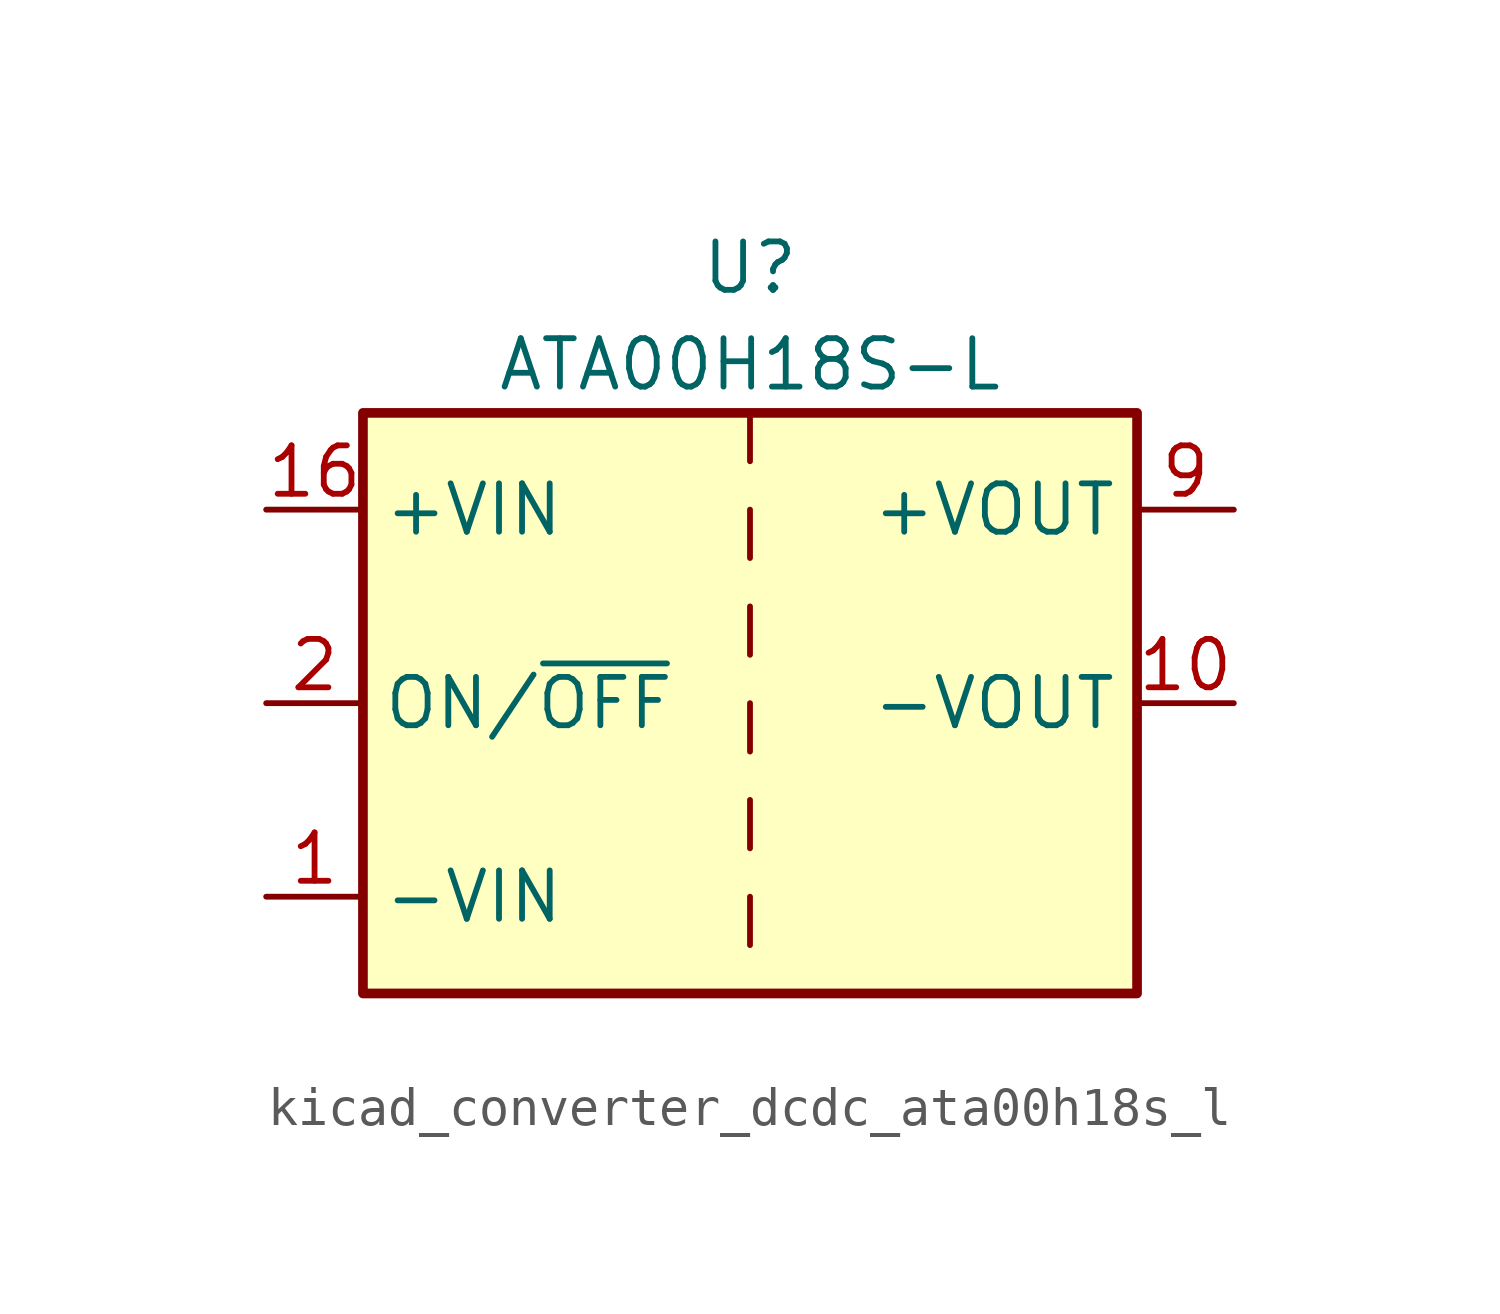
<source format=kicad_sym>
(kicad_symbol_lib
  (version 20220914)
  (generator kicad_symbol_editor)
  (symbol "kicad_converter_dcdc_ata00h18s_l"
    (property "Reference" "U"
      (at 0 11.43 0)
      (effects (font (size 1.27 1.27))))
    (property "Value" "ATA00H18S-L"
      (at 0 8.89 0)
      (effects (font (size 1.27 1.27))))
    (symbol "kicad_converter_dcdc_ata00h18s_l_0_1"
      (rectangle (start -10.16 7.62) (end 10.16 -7.62) (stroke (width 0.254) (type default)) (fill (type background)))
      (polyline (pts (xy 0 -5.08) (xy 0 -6.35)) (stroke (width 0) (type default)) (fill (type none)))
      (polyline (pts (xy 0 -2.54) (xy 0 -3.81)) (stroke (width 0) (type default)) (fill (type none)))
      (polyline (pts (xy 0 0) (xy 0 -1.27)) (stroke (width 0) (type default)) (fill (type none)))
      (polyline (pts (xy 0 2.54) (xy 0 1.27)) (stroke (width 0) (type default)) (fill (type none)))
      (polyline (pts (xy 0 5.08) (xy 0 3.81)) (stroke (width 0) (type default)) (fill (type none)))
      (polyline (pts (xy 0 7.62) (xy 0 6.35)) (stroke (width 0) (type default)) (fill (type none))))
    (symbol "kicad_converter_dcdc_ata00h18s_l_1_1"
      (pin power_in line (at -12.7 -5.08 0) (length 2.54) (name "-VIN" (effects (font (size 1.27 1.27)))) (number "1" (effects (font (size 1.27 1.27)))))
      (pin power_out line (at 12.7 0 180) (length 2.54) (name "-VOUT" (effects (font (size 1.27 1.27)))) (number "10" (effects (font (size 1.27 1.27)))))
      (pin power_in line (at -12.7 5.08 0) (length 2.54) (name "+VIN" (effects (font (size 1.27 1.27)))) (number "16" (effects (font (size 1.27 1.27)))))
      (pin input line (at -12.7 0 0) (length 2.54) (name "ON/~{OFF}" (effects (font (size 1.27 1.27)))) (number "2" (effects (font (size 1.27 1.27)))))
      (pin no_connect line (at 10.16 -2.54 180) (length 2.54) hide (name "NC" (effects (font (size 1.27 1.27)))) (number "7" (effects (font (size 1.27 1.27)))))
      (pin no_connect line (at 10.16 -5.08 180) (length 2.54) hide (name "NC" (effects (font (size 1.27 1.27)))) (number "8" (effects (font (size 1.27 1.27)))))
      (pin power_out line (at 12.7 5.08 180) (length 2.54) (name "+VOUT" (effects (font (size 1.27 1.27)))) (number "9" (effects (font (size 1.27 1.27))))))))
</source>
